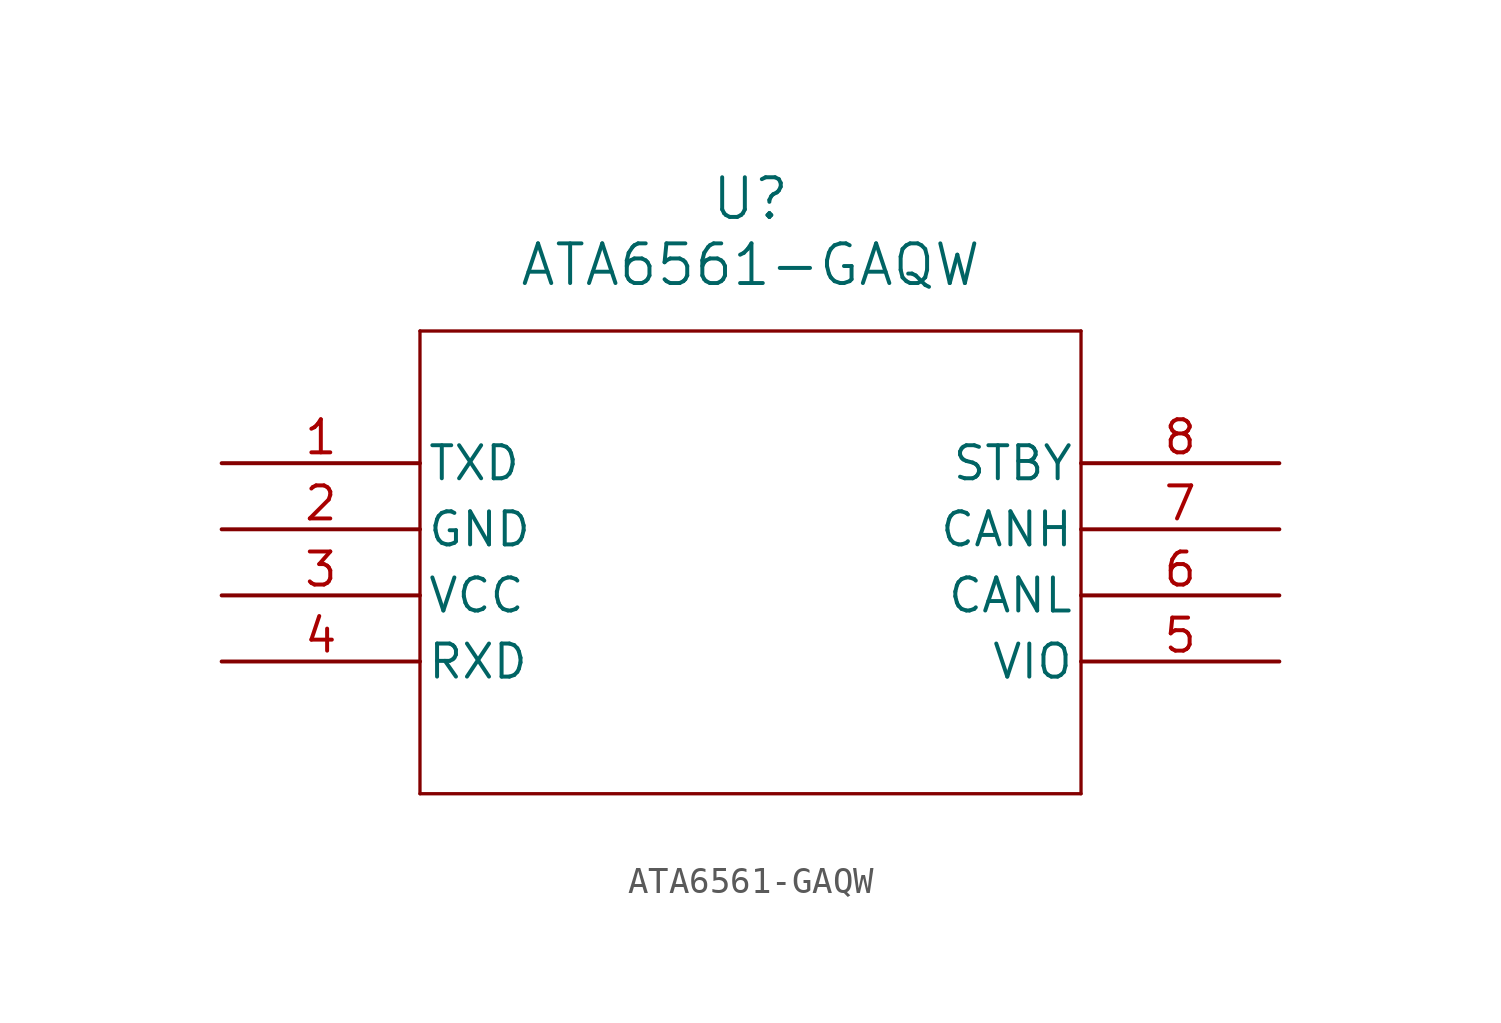
<source format=kicad_sym>
(kicad_symbol_lib
  (version 20231120)
  (generator "kicad_symbol_editor")
  (generator_version "8.0")
  (symbol "ATA6561-GAQW"
    (pin_names
      (offset 0.254))
    (property "Reference" "U"
      (at 20.32 10.16 0)
      (effects (font (size 1.524 1.524))))
    (property "Value" "ATA6561-GAQW"
      (at 20.32 7.62 0)
      (effects (font (size 1.524 1.524))))
    (property "ki_locked" ""
      (at 0 0 0)
      (effects (font (size 1.27 1.27))))
    (symbol "ATA6561-GAQW_0_1"
      (polyline (pts (xy 7.62 -12.7) (xy 33.02 -12.7)) (stroke (width 0.127) (type default)) (fill (type none)))
      (polyline (pts (xy 7.62 5.08) (xy 7.62 -12.7)) (stroke (width 0.127) (type default)) (fill (type none)))
      (polyline (pts (xy 33.02 -12.7) (xy 33.02 5.08)) (stroke (width 0.127) (type default)) (fill (type none)))
      (polyline (pts (xy 33.02 5.08) (xy 7.62 5.08)) (stroke (width 0.127) (type default)) (fill (type none)))
      (pin unspecified line (at 0 0 0) (length 7.62) (name "TXD" (effects (font (size 1.27 1.27)))) (number "1" (effects (font (size 1.27 1.27)))))
      (pin power_out line (at 0 -2.54 0) (length 7.62) (name "GND" (effects (font (size 1.27 1.27)))) (number "2" (effects (font (size 1.27 1.27)))))
      (pin power_in line (at 0 -5.08 0) (length 7.62) (name "VCC" (effects (font (size 1.27 1.27)))) (number "3" (effects (font (size 1.27 1.27)))))
      (pin unspecified line (at 0 -7.62 0) (length 7.62) (name "RXD" (effects (font (size 1.27 1.27)))) (number "4" (effects (font (size 1.27 1.27)))))
      (pin unspecified line (at 40.64 -7.62 180) (length 7.62) (name "VIO" (effects (font (size 1.27 1.27)))) (number "5" (effects (font (size 1.27 1.27)))))
      (pin unspecified line (at 40.64 -5.08 180) (length 7.62) (name "CANL" (effects (font (size 1.27 1.27)))) (number "6" (effects (font (size 1.27 1.27)))))
      (pin unspecified line (at 40.64 -2.54 180) (length 7.62) (name "CANH" (effects (font (size 1.27 1.27)))) (number "7" (effects (font (size 1.27 1.27)))))
      (pin unspecified line (at 40.64 0 180) (length 7.62) (name "STBY" (effects (font (size 1.27 1.27)))) (number "8" (effects (font (size 1.27 1.27))))))))
</source>
